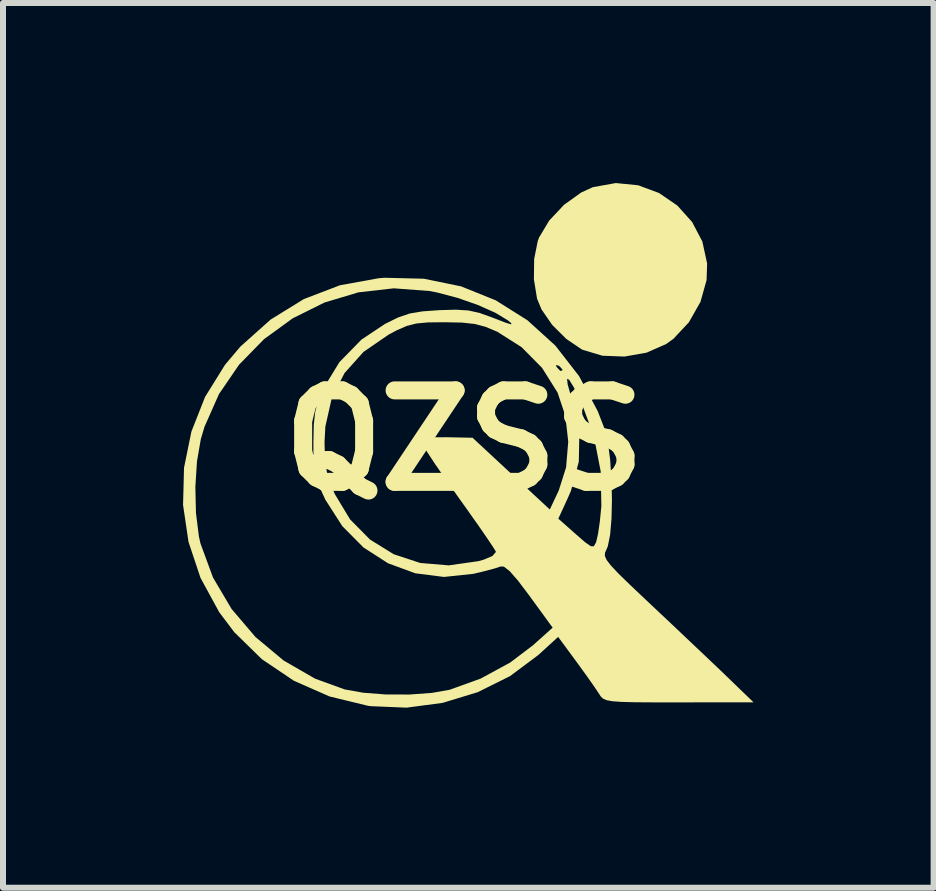
<source format=kicad_pcb>
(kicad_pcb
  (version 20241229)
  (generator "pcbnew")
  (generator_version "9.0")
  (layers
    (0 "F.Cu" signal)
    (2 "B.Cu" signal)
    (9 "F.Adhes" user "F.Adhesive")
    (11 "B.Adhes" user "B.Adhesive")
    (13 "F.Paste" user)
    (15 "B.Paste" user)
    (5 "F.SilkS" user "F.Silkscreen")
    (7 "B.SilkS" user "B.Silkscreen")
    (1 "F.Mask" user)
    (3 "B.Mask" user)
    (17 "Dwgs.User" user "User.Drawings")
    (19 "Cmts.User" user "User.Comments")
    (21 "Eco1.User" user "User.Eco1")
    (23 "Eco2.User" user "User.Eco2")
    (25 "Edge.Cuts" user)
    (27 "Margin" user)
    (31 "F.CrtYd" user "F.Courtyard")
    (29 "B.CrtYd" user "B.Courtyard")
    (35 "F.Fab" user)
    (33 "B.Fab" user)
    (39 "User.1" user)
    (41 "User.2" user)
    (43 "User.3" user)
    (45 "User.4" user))
  (footprint "QZSS"
    (layer "F.Cu")
    (at 4.686 4.289)
    (property "Reference" "QZSS" (at 0 0 0) (layer "F.SilkS") (effects (font (size 1.524 1.524) (thickness 0.3))))
    (attr board_only exclude_from_pos_files exclude_from_bom)
    (fp_poly (pts (xy 2.897 -4.252) (xy 3.245 -4.123) (xy 3.55 -3.914) (xy 3.796 -3.64) (xy 3.967 -3.314) (xy 4.046 -2.948) (xy 4.037 -2.672) (xy 3.935 -2.309) (xy 3.743 -1.97) (xy 3.486 -1.695) (xy 3.364 -1.607) (xy 3.037 -1.463) (xy 2.669 -1.398) (xy 2.301 -1.412) (xy 1.974 -1.51) (xy 1.954 -1.519) (xy 1.699 -1.692) (xy 1.465 -1.925) (xy 1.288 -2.181) (xy 1.213 -2.36) (xy 1.16 -2.683) (xy 1.164 -3.022) (xy 1.224 -3.323) (xy 1.246 -3.382) (xy 1.414 -3.663) (xy 1.661 -3.926) (xy 1.947 -4.131) (xy 2.141 -4.22) (xy 2.524 -4.289)) (stroke (width 0) (type solid)) (fill yes) (layer "F.SilkS"))
    (fp_poly (pts (xy -0.676 -2.695) (xy -0.055 -2.568) (xy 0.524 -2.335) (xy 1.052 -2.003) (xy 1.518 -1.58) (xy 1.912 -1.073) (xy 2.224 -0.487) (xy 2.342 -0.182) (xy 2.393 0.033) (xy 2.43 0.318) (xy 2.452 0.644) (xy 2.46 0.982) (xy 2.453 1.301) (xy 2.43 1.571) (xy 2.391 1.764) (xy 2.37 1.814) (xy 2.345 1.869) (xy 2.342 1.923) (xy 2.371 1.99) (xy 2.443 2.084) (xy 2.568 2.217) (xy 2.758 2.402) (xy 3.022 2.652) (xy 3.129 2.753) (xy 3.43 3.036) (xy 3.734 3.324) (xy 4.018 3.593) (xy 4.257 3.82) (xy 4.395 3.953) (xy 4.819 4.363) (xy 3.576 4.364) (xy 3.158 4.364) (xy 2.845 4.362) (xy 2.62 4.356) (xy 2.467 4.345) (xy 2.369 4.327) (xy 2.309 4.3) (xy 2.272 4.263) (xy 2.25 4.228) (xy 2.175 4.116) (xy 2.052 3.94) (xy 1.903 3.734) (xy 1.865 3.682) (xy 1.564 3.273) (xy 1.232 3.576) (xy 0.763 3.926) (xy 0.224 4.194) (xy -0.36 4.372) (xy -0.963 4.452) (xy -1.561 4.427) (xy -1.604 4.421) (xy -2.246 4.265) (xy -2.839 4.004) (xy -3.372 3.645) (xy -3.832 3.195) (xy -4.084 2.861) (xy -4.395 2.29) (xy -4.595 1.69) (xy -4.686 1.074) (xy -4.678 0.775) (xy -4.481 0.775) (xy -4.471 1.209) (xy -4.422 1.598) (xy -4.396 1.715) (xy -4.187 2.284) (xy -3.877 2.808) (xy -3.48 3.274) (xy -3.011 3.666) (xy -2.486 3.969) (xy -1.993 4.148) (xy -1.686 4.203) (xy -1.31 4.232) (xy -0.912 4.233) (xy -0.539 4.206) (xy -0.245 4.154) (xy 0.272 3.968) (xy 0.765 3.7) (xy 1.145 3.412) (xy 1.472 3.119) (xy 1.086 2.589) (xy 0.895 2.336) (xy 0.757 2.178) (xy 0.661 2.103) (xy 0.608 2.099) (xy 0.501 2.134) (xy 0.32 2.182) (xy 0.152 2.222) (xy -0.339 2.274) (xy -0.818 2.213) (xy -1.271 2.046) (xy -1.681 1.782) (xy -2.033 1.427) (xy -2.313 0.99) (xy -2.32 0.976) (xy -2.416 0.768) (xy -2.475 0.596) (xy -2.504 0.414) (xy -2.514 0.179) (xy -2.514 0.031) (xy -2.514 0.03) (xy -2.329 0.03) (xy -2.321 0.316) (xy -2.288 0.536) (xy -2.22 0.747) (xy -2.157 0.894) (xy -1.903 1.315) (xy -1.571 1.651) (xy -1.177 1.895) (xy -0.735 2.041) (xy -0.259 2.081) (xy 0.235 2.011) (xy 0.321 1.987) (xy 0.467 1.926) (xy 0.525 1.86) (xy 0.523 1.846) (xy 0.479 1.775) (xy 0.377 1.623) (xy 0.229 1.408) (xy 0.154 1.303) (xy 1.567 1.303) (xy 1.858 1.561) (xy 2.016 1.698) (xy 2.108 1.762) (xy 2.158 1.763) (xy 2.19 1.708) (xy 2.199 1.684) (xy 2.228 1.559) (xy 2.258 1.355) (xy 2.282 1.114) (xy 2.284 1.088) (xy 2.273 0.517) (xy 2.159 -0.07) (xy 1.95 -0.636) (xy 1.945 -0.647) (xy 1.826 -0.884) (xy 1.747 -1.011) (xy 1.712 -1.028) (xy 1.722 -0.936) (xy 1.779 -0.733) (xy 1.807 -0.648) (xy 1.918 -0.143) (xy 1.908 0.353) (xy 1.777 0.84) (xy 1.726 0.957) (xy 1.567 1.303) (xy 0.154 1.303) (xy 0.045 1.148) (xy -0.116 0.922) (xy -0.316 0.64) (xy -0.489 0.389) (xy -0.622 0.187) (xy -0.705 0.052) (xy -0.727 0.004) (xy -0.669 -0.034) (xy -0.498 -0.053) (xy -0.295 -0.054) (xy 0.138 -0.045) (xy 0.781 0.553) (xy 1.425 1.15) (xy 1.574 0.833) (xy 1.696 0.449) (xy 1.732 0.021) (xy 1.684 -0.411) (xy 1.554 -0.798) (xy 1.296 -1.209) (xy 1.25 -1.256) (xy 1.525 -1.256) (xy 1.54 -1.222) (xy 1.601 -1.157) (xy 1.636 -1.17) (xy 1.637 -1.179) (xy 1.594 -1.23) (xy 1.567 -1.249) (xy 1.525 -1.256) (xy 1.25 -1.256) (xy 0.954 -1.555) (xy 0.552 -1.81) (xy 0.546 -1.813) (xy 0.355 -1.893) (xy 0.175 -1.941) (xy -0.038 -1.964) (xy -0.328 -1.97) (xy -0.333 -1.97) (xy -0.606 -1.967) (xy -0.8 -1.949) (xy -0.959 -1.908) (xy -1.126 -1.835) (xy -1.263 -1.762) (xy -1.68 -1.475) (xy -1.996 -1.122) (xy -2.208 -0.707) (xy -2.315 -0.231) (xy -2.329 0.03) (xy -2.514 0.03) (xy -2.508 -0.262) (xy -2.484 -0.478) (xy -2.435 -0.662) (xy -2.353 -0.859) (xy -2.353 -0.859) (xy -2.08 -1.306) (xy -1.713 -1.681) (xy -1.319 -1.943) (xy -1.102 -2.05) (xy -0.911 -2.115) (xy -0.696 -2.151) (xy -0.42 -2.171) (xy -0.14 -2.179) (xy 0.068 -2.166) (xy 0.254 -2.125) (xy 0.467 -2.048) (xy 0.489 -2.04) (xy 0.684 -1.964) (xy 0.779 -1.935) (xy 0.786 -1.95) (xy 0.727 -2.001) (xy 0.517 -2.128) (xy 0.225 -2.258) (xy -0.11 -2.375) (xy -0.45 -2.465) (xy -0.578 -2.49) (xy -1.175 -2.535) (xy -1.764 -2.468) (xy -2.33 -2.298) (xy -2.859 -2.035) (xy -3.338 -1.687) (xy -3.752 -1.263) (xy -4.087 -0.774) (xy -4.329 -0.227) (xy -4.39 -0.022) (xy -4.454 0.348) (xy -4.481 0.775) (xy -4.678 0.775) (xy -4.67 0.456) (xy -4.547 -0.148) (xy -4.319 -0.726) (xy -3.986 -1.262) (xy -3.731 -1.564) (xy -3.226 -2.015) (xy -2.673 -2.356) (xy -2.072 -2.586) (xy -1.427 -2.703) (xy -1.329 -2.711)) (stroke (width 0) (type solid)) (fill yes) (layer "F.SilkS")))
  (gr_rect
    (start -3 -3)
    (end 12.506 11.741)
    (stroke (width 0.1) (type default))
    (fill no)
    (layer "Edge.Cuts")))
</source>
